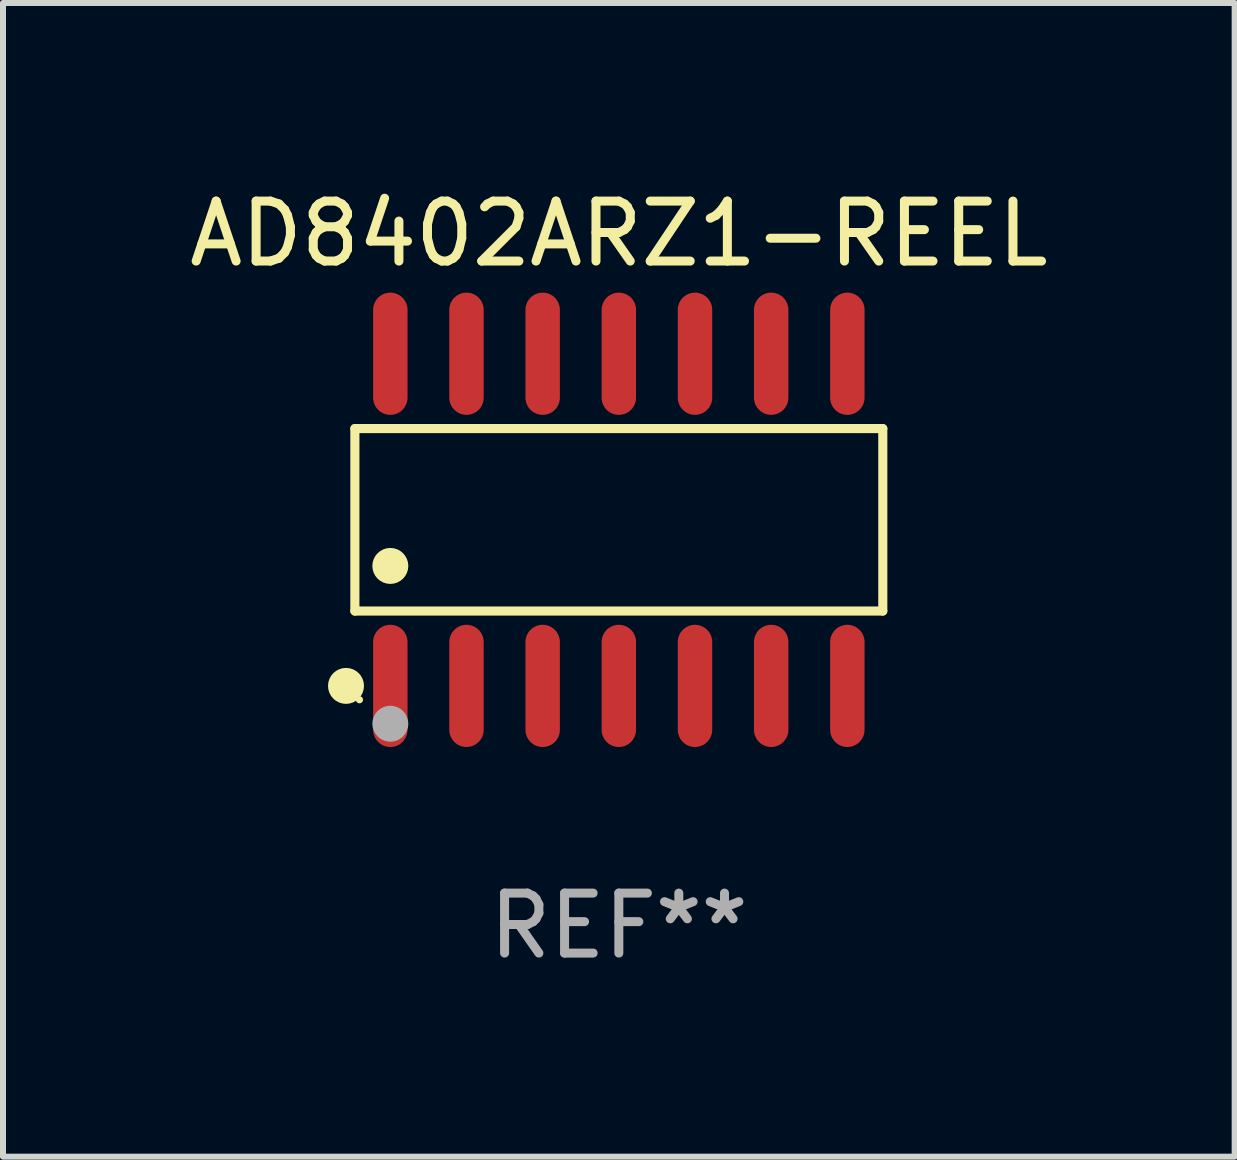
<source format=kicad_pcb>
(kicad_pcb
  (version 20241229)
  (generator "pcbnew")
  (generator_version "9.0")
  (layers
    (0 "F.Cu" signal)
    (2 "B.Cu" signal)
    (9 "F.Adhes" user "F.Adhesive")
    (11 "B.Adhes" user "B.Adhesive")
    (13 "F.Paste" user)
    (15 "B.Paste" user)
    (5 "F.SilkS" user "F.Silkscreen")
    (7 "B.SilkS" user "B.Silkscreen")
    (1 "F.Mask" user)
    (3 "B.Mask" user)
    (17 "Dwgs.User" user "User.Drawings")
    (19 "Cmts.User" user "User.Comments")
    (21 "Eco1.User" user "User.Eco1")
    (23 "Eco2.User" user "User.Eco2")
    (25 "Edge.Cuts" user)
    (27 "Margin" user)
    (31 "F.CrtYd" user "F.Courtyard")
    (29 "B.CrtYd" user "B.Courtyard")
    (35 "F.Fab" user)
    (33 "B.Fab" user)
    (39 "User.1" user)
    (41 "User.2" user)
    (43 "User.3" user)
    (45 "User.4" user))
  (footprint "AD8402ARZ1-REEL"
    (layer "F.Cu")
    (at 7.268 5.617)
    (property "Reference" "AD8402ARZ1-REEL" (at 0 -4.769 0) (layer "F.SilkS") (effects (font (size 1 1) (thickness 0.15))))
    (attr through_hole)
    (fp_line (start -4.401 -1.521) (end 4.401 -1.521) (stroke (width 0.152) (type solid)) (layer "F.SilkS"))
    (fp_line (start -4.401 1.521) (end -4.401 -1.521) (stroke (width 0.152) (type solid)) (layer "F.SilkS"))
    (fp_line (start 4.401 -1.521) (end 4.401 1.521) (stroke (width 0.152) (type solid)) (layer "F.SilkS"))
    (fp_line (start 4.401 1.521) (end -4.401 1.521) (stroke (width 0.152) (type solid)) (layer "F.SilkS"))
    (fp_circle (center -4.549 2.769) (end -4.399 2.769) (stroke (width 0.3) (type solid)) (fill no) (layer "F.SilkS"))
    (fp_circle (center -4.325 3) (end -4.295 3) (stroke (width 0.06) (type solid)) (fill no) (layer "F.SilkS"))
    (fp_circle (center -3.81 0.769) (end -3.66 0.769) (stroke (width 0.3) (type solid)) (fill no) (layer "F.SilkS"))
    (fp_circle (center -3.81 3.4) (end -3.66 3.4) (stroke (width 0.3) (type solid)) (fill no) (layer "F.Fab"))
    (fp_text user "REF**" (at 0 6.769 0) (layer "F.Fab") (effects (font (size 1 1) (thickness 0.15))))
    (pad "1" smd oval (at -3.81 2.769) (size 0.574 2.038) (layers "F.Cu" "F.Mask" "F.Paste"))
    (pad "2" smd oval (at -2.54 2.769) (size 0.574 2.038) (layers "F.Cu" "F.Mask" "F.Paste"))
    (pad "3" smd oval (at -1.27 2.769) (size 0.574 2.038) (layers "F.Cu" "F.Mask" "F.Paste"))
    (pad "4" smd oval (at 0 2.769) (size 0.574 2.038) (layers "F.Cu" "F.Mask" "F.Paste"))
    (pad "5" smd oval (at 1.27 2.769) (size 0.574 2.038) (layers "F.Cu" "F.Mask" "F.Paste"))
    (pad "6" smd oval (at 2.54 2.769) (size 0.574 2.038) (layers "F.Cu" "F.Mask" "F.Paste"))
    (pad "7" smd oval (at 3.81 2.769) (size 0.574 2.038) (layers "F.Cu" "F.Mask" "F.Paste"))
    (pad "8" smd oval (at 3.81 -2.769) (size 0.574 2.038) (layers "F.Cu" "F.Mask" "F.Paste"))
    (pad "9" smd oval (at 2.54 -2.769) (size 0.574 2.038) (layers "F.Cu" "F.Mask" "F.Paste"))
    (pad "10" smd oval (at 1.27 -2.769) (size 0.574 2.038) (layers "F.Cu" "F.Mask" "F.Paste"))
    (pad "11" smd oval (at 0 -2.769) (size 0.574 2.038) (layers "F.Cu" "F.Mask" "F.Paste"))
    (pad "12" smd oval (at -1.27 -2.769) (size 0.574 2.038) (layers "F.Cu" "F.Mask" "F.Paste"))
    (pad "13" smd oval (at -2.54 -2.769) (size 0.574 2.038) (layers "F.Cu" "F.Mask" "F.Paste"))
    (pad "14" smd oval (at -3.81 -2.769) (size 0.574 2.038) (layers "F.Cu" "F.Mask" "F.Paste")))
  (gr_rect
    (start -3 -3)
    (end 17.536 16.235)
    (stroke (width 0.1) (type default))
    (fill no)
    (layer "Edge.Cuts")))
</source>
